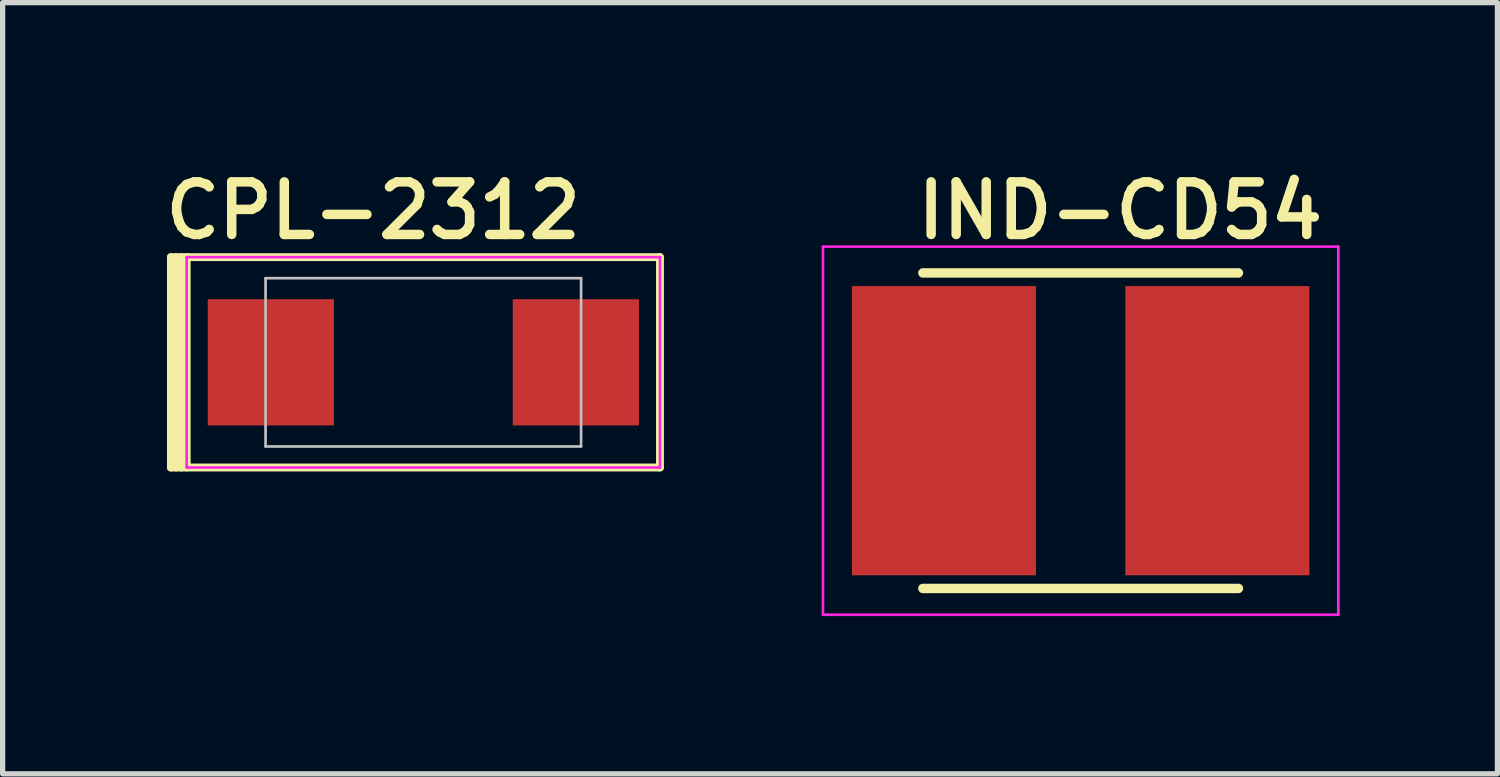
<source format=kicad_pcb>
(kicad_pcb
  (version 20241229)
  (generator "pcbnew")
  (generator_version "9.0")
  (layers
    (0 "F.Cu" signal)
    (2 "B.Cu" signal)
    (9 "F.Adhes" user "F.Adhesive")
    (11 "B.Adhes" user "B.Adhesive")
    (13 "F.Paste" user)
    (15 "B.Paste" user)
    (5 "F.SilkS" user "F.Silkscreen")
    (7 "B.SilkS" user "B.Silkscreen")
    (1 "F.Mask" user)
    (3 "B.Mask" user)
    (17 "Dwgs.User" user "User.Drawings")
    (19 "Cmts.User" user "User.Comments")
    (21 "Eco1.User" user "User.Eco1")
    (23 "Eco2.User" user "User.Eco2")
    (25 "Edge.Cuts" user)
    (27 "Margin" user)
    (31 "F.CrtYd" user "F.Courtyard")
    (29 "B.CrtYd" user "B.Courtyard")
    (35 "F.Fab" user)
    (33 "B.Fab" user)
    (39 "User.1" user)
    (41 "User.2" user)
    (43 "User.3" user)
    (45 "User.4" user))
  (footprint "CPL-2312"
    (layer "F.Cu")
    (at 5 3.84)
    (property "Reference" "CPL-2312" (at -5 -2.3 0) (layer "F.SilkS") (effects (font (size 1 1) (thickness 0.18)) (justify left bottom)))
    (attr through_hole)
    (fp_line (start -4.8 -2) (end -4.8 2) (stroke (width 0.15) (type solid)) (layer "F.SilkS"))
    (fp_line (start -4.8 -2) (end 4.5 -2) (stroke (width 0.15) (type solid)) (layer "F.SilkS"))
    (fp_line (start -4.8 2) (end 4.5 2) (stroke (width 0.15) (type solid)) (layer "F.SilkS"))
    (fp_line (start -4.7 -2) (end -4.7 2) (stroke (width 0.15) (type solid)) (layer "F.SilkS"))
    (fp_line (start -4.6 -2) (end -4.6 2) (stroke (width 0.15) (type solid)) (layer "F.SilkS"))
    (fp_line (start -4.5 -2) (end -4.5 2) (stroke (width 0.15) (type solid)) (layer "F.SilkS"))
    (fp_line (start 4.5 -2) (end 4.5 2) (stroke (width 0.15) (type solid)) (layer "F.SilkS"))
    (fp_line (start -3 -1.6) (end -3 1.6) (stroke (width 0.05) (type solid)) (layer "Dwgs.User"))
    (fp_line (start -3 -1.6) (end 3 -1.6) (stroke (width 0.05) (type solid)) (layer "Dwgs.User"))
    (fp_line (start -3 1.6) (end 3 1.6) (stroke (width 0.05) (type solid)) (layer "Dwgs.User"))
    (fp_line (start 3 -1.6) (end 3 1.6) (stroke (width 0.05) (type solid)) (layer "Dwgs.User"))
    (fp_line (start -4.5 -2) (end 4.5 -2) (stroke (width 0.05) (type solid)) (layer "F.CrtYd"))
    (fp_line (start -4.5 2) (end -4.5 -2) (stroke (width 0.05) (type solid)) (layer "F.CrtYd"))
    (fp_line (start 4.5 -2) (end 4.5 2) (stroke (width 0.05) (type solid)) (layer "F.CrtYd"))
    (fp_line (start 4.5 2) (end -4.5 2) (stroke (width 0.05) (type solid)) (layer "F.CrtYd"))
    (pad "A" smd rect (at -2.9 0) (size 2.4 2.4) (layers "F.Cu" "F.Mask" "F.Paste"))
    (pad "K" smd rect (at 2.9 0) (size 2.4 2.4) (layers "F.Cu" "F.Mask" "F.Paste")))
  (footprint "IND-CD54"
    (layer "F.Cu")
    (at 17.5 5.14)
    (property "Reference" "IND-CD54" (at -3.2 -3.6 0) (layer "F.SilkS") (effects (font (size 1 1) (thickness 0.18)) (justify left bottom)))
    (attr through_hole)
    (fp_line (start -3 -3) (end 3 -3) (stroke (width 0.18) (type solid)) (layer "F.SilkS"))
    (fp_line (start 3 3) (end -3 3) (stroke (width 0.18) (type solid)) (layer "F.SilkS"))
    (fp_line (start -4.9 -3.5) (end 4.9 -3.5) (stroke (width 0.05) (type solid)) (layer "F.CrtYd"))
    (fp_line (start -4.9 3.5) (end -4.9 -3.5) (stroke (width 0.05) (type solid)) (layer "F.CrtYd"))
    (fp_line (start 4.9 -3.5) (end 4.9 3.5) (stroke (width 0.05) (type solid)) (layer "F.CrtYd"))
    (fp_line (start 4.9 3.5) (end -4.9 3.5) (stroke (width 0.05) (type solid)) (layer "F.CrtYd"))
    (pad "1" smd rect (at -2.6 0) (size 3.5 5.5) (layers "F.Cu" "F.Mask" "F.Paste"))
    (pad "2" smd rect (at 2.6 0) (size 3.5 5.5) (layers "F.Cu" "F.Mask" "F.Paste")))
  (gr_rect
    (start -3 -3)
    (end 25.425 11.665)
    (stroke (width 0.1) (type default))
    (fill no)
    (layer "Edge.Cuts")))
</source>
